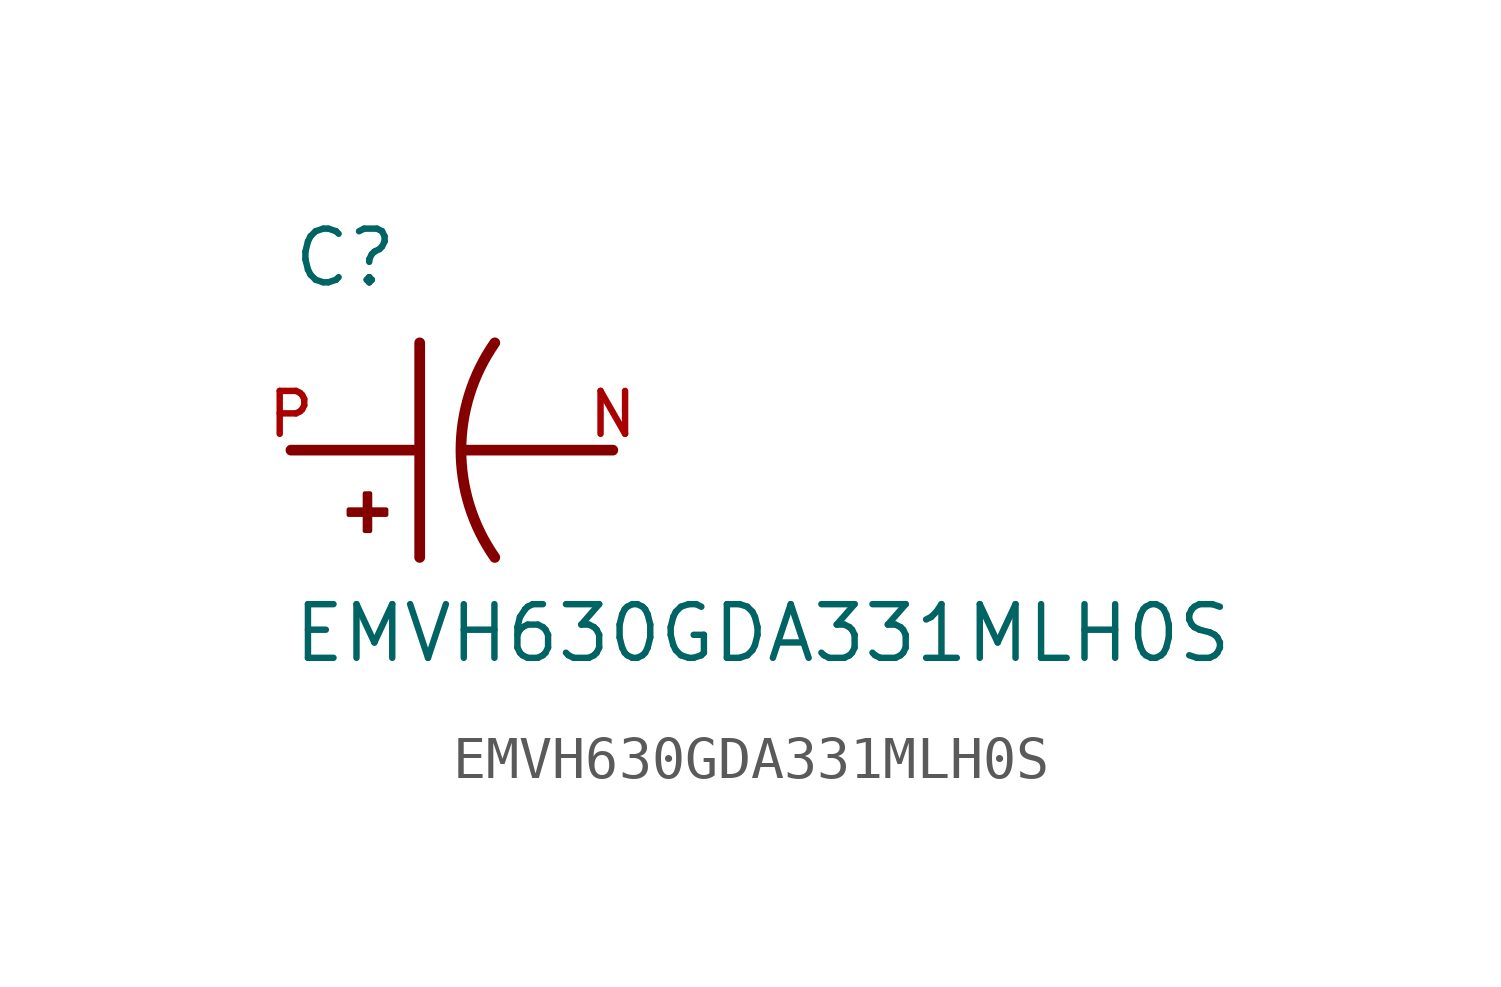
<source format=kicad_sym>
(kicad_symbol_lib
  (version 20211014)
  (generator kicad_symbol_editor)
  (symbol "EMVH630GDA331MLH0S"
    (pin_names
      (offset 1.016))
    (property "Reference" "C"
      (at -5.08 3.81 0)
      (effects (font (size 1.27 1.27)) (justify bottom left)))
    (property "Value" "EMVH630GDA331MLH0S"
      (at -5.08 -5.08 0)
      (effects (font (size 1.27 1.27)) (justify bottom left)))
    (symbol "EMVH630GDA331MLH0S_0_0"
      (arc (start -0.254 -2.54) (mid -1.0549 -0.0) (end -0.254 2.54) (stroke (width 0.254) (type default) (color 0 0 0 0)) (fill (type none)))
      (polyline (pts (xy -1.016 0.0) (xy 2.54 0.0)) (stroke (width 0.254)))
      (polyline (pts (xy -5.08 0.0) (xy -2.032 0.0)) (stroke (width 0.254)))
      (polyline (pts (xy -2.032 2.54) (xy -2.032 -2.54)) (stroke (width 0.254)))
      (rectangle (start -3.713 -1.532) (end -2.824 -1.405) (stroke (width 0.1)) (fill (type outline)))
      (rectangle (start -3.332 -1.913) (end -3.205 -1.024) (stroke (width 0.1)) (fill (type outline)))
      (pin passive line (at -5.08 0.0 0) (length 0) (name "~" (effects (font (size 1.016 1.016)))) (number "P" (effects (font (size 1.016 1.016)))))
      (pin passive line (at 2.54 0.0 180.0) (length 0) (name "~" (effects (font (size 1.016 1.016)))) (number "N" (effects (font (size 1.016 1.016))))))))
</source>
